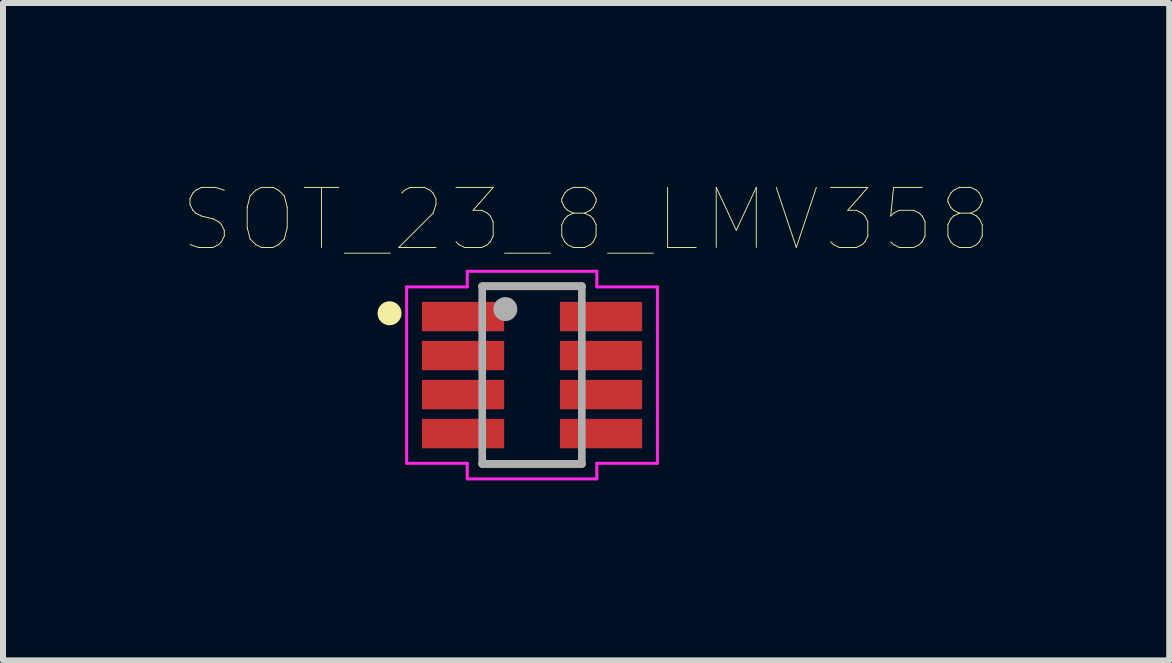
<source format=kicad_pcb>
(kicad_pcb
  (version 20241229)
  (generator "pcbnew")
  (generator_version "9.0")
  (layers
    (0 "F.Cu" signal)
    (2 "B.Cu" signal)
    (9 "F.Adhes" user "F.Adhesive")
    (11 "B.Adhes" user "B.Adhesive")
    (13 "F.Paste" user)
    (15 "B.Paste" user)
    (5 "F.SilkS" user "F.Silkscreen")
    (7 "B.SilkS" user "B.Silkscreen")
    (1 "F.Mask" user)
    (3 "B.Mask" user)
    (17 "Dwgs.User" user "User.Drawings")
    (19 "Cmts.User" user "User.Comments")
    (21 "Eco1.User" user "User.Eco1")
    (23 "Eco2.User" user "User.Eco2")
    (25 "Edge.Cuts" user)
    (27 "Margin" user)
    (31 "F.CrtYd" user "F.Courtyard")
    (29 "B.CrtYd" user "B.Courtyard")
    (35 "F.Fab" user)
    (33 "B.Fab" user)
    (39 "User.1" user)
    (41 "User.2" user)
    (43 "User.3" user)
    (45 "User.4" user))
  (footprint "SOT_23_8_LMV358"
    (layer "F.Cu")
    (at 5.817 3.201)
    (property "Reference" "SOT_23_8_LMV358" (at 0.901 -2.589 0) (layer "F.SilkS") (effects (font (size 1.001 1.001) (thickness 0.015))))
    (attr through_hole)
    (fp_line (start -0.83 1.48) (end 0.83 1.48) (stroke (width 0.127) (type solid)) (layer "F.SilkS"))
    (fp_line (start 0.83 -1.48) (end -0.83 -1.48) (stroke (width 0.127) (type solid)) (layer "F.SilkS"))
    (fp_circle (center -2.375 -1.03) (end -2.275 -1.03) (stroke (width 0.2) (type solid)) (fill no) (layer "F.SilkS"))
    (fp_line (start -2.09 -1.47) (end -1.08 -1.47) (stroke (width 0.05) (type solid)) (layer "F.CrtYd"))
    (fp_line (start -2.09 1.47) (end -2.09 -1.47) (stroke (width 0.05) (type solid)) (layer "F.CrtYd"))
    (fp_line (start -1.08 -1.73) (end 1.08 -1.73) (stroke (width 0.05) (type solid)) (layer "F.CrtYd"))
    (fp_line (start -1.08 -1.47) (end -1.08 -1.73) (stroke (width 0.05) (type solid)) (layer "F.CrtYd"))
    (fp_line (start -1.08 1.47) (end -2.09 1.47) (stroke (width 0.05) (type solid)) (layer "F.CrtYd"))
    (fp_line (start -1.08 1.73) (end -1.08 1.47) (stroke (width 0.05) (type solid)) (layer "F.CrtYd"))
    (fp_line (start 1.08 -1.73) (end 1.08 -1.47) (stroke (width 0.05) (type solid)) (layer "F.CrtYd"))
    (fp_line (start 1.08 -1.47) (end 2.09 -1.47) (stroke (width 0.05) (type solid)) (layer "F.CrtYd"))
    (fp_line (start 1.08 1.47) (end 1.08 1.73) (stroke (width 0.05) (type solid)) (layer "F.CrtYd"))
    (fp_line (start 1.08 1.73) (end -1.08 1.73) (stroke (width 0.05) (type solid)) (layer "F.CrtYd"))
    (fp_line (start 2.09 -1.47) (end 2.09 1.47) (stroke (width 0.05) (type solid)) (layer "F.CrtYd"))
    (fp_line (start 2.09 1.47) (end 1.08 1.47) (stroke (width 0.05) (type solid)) (layer "F.CrtYd"))
    (fp_line (start -0.83 -1.48) (end -0.83 1.48) (stroke (width 0.127) (type solid)) (layer "F.Fab"))
    (fp_line (start -0.83 1.48) (end 0.83 1.48) (stroke (width 0.127) (type solid)) (layer "F.Fab"))
    (fp_line (start 0.83 -1.48) (end -0.83 -1.48) (stroke (width 0.127) (type solid)) (layer "F.Fab"))
    (fp_line (start 0.83 1.48) (end 0.83 -1.48) (stroke (width 0.127) (type solid)) (layer "F.Fab"))
    (fp_circle (center -0.445 -1.1) (end -0.345 -1.1) (stroke (width 0.2) (type solid)) (fill no) (layer "F.Fab"))
    (pad "1" smd rect (at -1.15 -0.975) (size 1.37 0.49) (layers "F.Cu" "F.Mask" "F.Paste"))
    (pad "2" smd rect (at -1.15 -0.325) (size 1.37 0.49) (layers "F.Cu" "F.Mask" "F.Paste"))
    (pad "3" smd rect (at -1.15 0.325) (size 1.37 0.49) (layers "F.Cu" "F.Mask" "F.Paste"))
    (pad "4" smd rect (at -1.15 0.975) (size 1.37 0.49) (layers "F.Cu" "F.Mask" "F.Paste"))
    (pad "5" smd rect (at 1.15 0.975) (size 1.37 0.49) (layers "F.Cu" "F.Mask" "F.Paste"))
    (pad "6" smd rect (at 1.15 0.325) (size 1.37 0.49) (layers "F.Cu" "F.Mask" "F.Paste"))
    (pad "7" smd rect (at 1.15 -0.325) (size 1.37 0.49) (layers "F.Cu" "F.Mask" "F.Paste"))
    (pad "8" smd rect (at 1.15 -0.975) (size 1.37 0.49) (layers "F.Cu" "F.Mask" "F.Paste")))
  (gr_rect
    (start -3 -3)
    (end 16.436 7.956)
    (stroke (width 0.1) (type default))
    (fill no)
    (layer "Edge.Cuts")))
</source>
